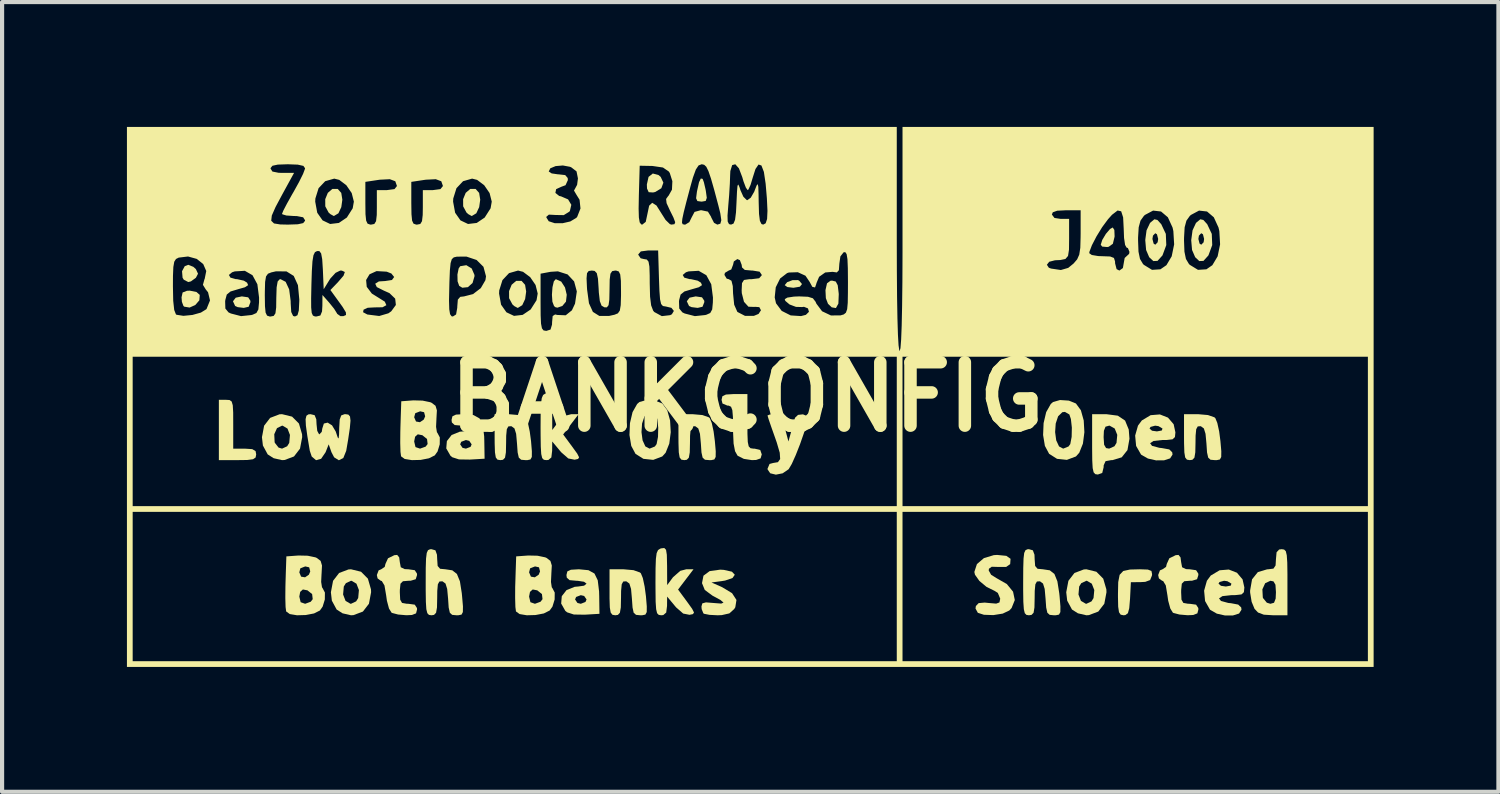
<source format=kicad_pcb>
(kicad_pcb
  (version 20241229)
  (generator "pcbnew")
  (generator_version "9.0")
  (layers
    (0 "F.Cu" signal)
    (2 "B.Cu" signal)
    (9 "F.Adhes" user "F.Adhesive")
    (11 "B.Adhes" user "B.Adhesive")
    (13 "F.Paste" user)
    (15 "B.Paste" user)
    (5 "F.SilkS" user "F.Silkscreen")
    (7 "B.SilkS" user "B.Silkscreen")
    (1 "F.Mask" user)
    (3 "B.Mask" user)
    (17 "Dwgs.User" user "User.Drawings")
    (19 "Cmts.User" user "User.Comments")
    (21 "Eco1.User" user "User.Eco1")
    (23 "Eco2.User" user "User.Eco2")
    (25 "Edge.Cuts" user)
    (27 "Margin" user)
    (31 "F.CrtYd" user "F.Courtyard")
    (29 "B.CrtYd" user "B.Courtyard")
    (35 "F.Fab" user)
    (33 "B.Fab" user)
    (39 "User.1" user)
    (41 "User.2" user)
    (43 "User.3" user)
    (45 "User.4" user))
  (footprint "BANKCONFIG"
    (layer "F.Cu")
    (at 14.909 6.488)
    (property "Reference" "BANKCONFIG" (at 0 0 0) (layer "F.SilkS") (effects (font (size 1.524 1.524) (thickness 0.3))))
    (attr board_only exclude_from_pos_files exclude_from_bom)
    (fp_poly (pts (xy -11.996 -2.394) (xy -11.943 -2.313) (xy -11.941 -2.278) (xy -11.984 -2.167) (xy -12.102 -2.14) (xy -12.247 -2.158) (xy -12.309 -2.186) (xy -12.361 -2.299) (xy -12.295 -2.385) (xy -12.148 -2.416)) (stroke (width 0) (type solid)) (fill yes) (layer "F.SilkS"))
    (fp_poly (pts (xy -1.091 -2.394) (xy -1.037 -2.313) (xy -1.035 -2.278) (xy -1.079 -2.167) (xy -1.196 -2.14) (xy -1.341 -2.158) (xy -1.403 -2.186) (xy -1.456 -2.299) (xy -1.39 -2.385) (xy -1.242 -2.416)) (stroke (width 0) (type solid)) (fill yes) (layer "F.SilkS"))
    (fp_poly (pts (xy 1.242 -2.796) (xy 1.312 -2.713) (xy 1.261 -2.649) (xy 1.104 -2.623) (xy 0.959 -2.641) (xy 0.897 -2.686) (xy 0.897 -2.687) (xy 0.955 -2.758) (xy 1.082 -2.806) (xy 1.211 -2.808)) (stroke (width 0) (type solid)) (fill yes) (layer "F.SilkS"))
    (fp_poly (pts (xy -13.312 -3.126) (xy -13.252 -3.071) (xy -13.201 -2.961) (xy -13.252 -2.864) (xy -13.371 -2.777) (xy -13.435 -2.761) (xy -13.543 -2.817) (xy -13.572 -2.864) (xy -13.585 -3.021) (xy -13.52 -3.142) (xy -13.435 -3.175)) (stroke (width 0) (type solid)) (fill yes) (layer "F.SilkS"))
    (fp_poly (pts (xy -2.134 -5.331) (xy -2.084 -5.288) (xy -2.019 -5.149) (xy -2.068 -5.015) (xy -2.214 -4.925) (xy -2.268 -4.913) (xy -2.372 -4.92) (xy -2.412 -5.007) (xy -2.416 -5.105) (xy -2.375 -5.288) (xy -2.273 -5.369)) (stroke (width 0) (type solid)) (fill yes) (layer "F.SilkS"))
    (fp_poly (pts (xy -13.238 -2.522) (xy -13.159 -2.452) (xy -13.169 -2.322) (xy -13.266 -2.21) (xy -13.403 -2.148) (xy -13.531 -2.169) (xy -13.551 -2.186) (xy -13.588 -2.284) (xy -13.597 -2.393) (xy -13.571 -2.51) (xy -13.466 -2.551) (xy -13.398 -2.554)) (stroke (width 0) (type solid)) (fill yes) (layer "F.SilkS"))
    (fp_poly (pts (xy -6.625 -3.087) (xy -6.559 -2.934) (xy -6.557 -2.902) (xy -6.604 -2.739) (xy -6.716 -2.638) (xy -6.85 -2.624) (xy -6.925 -2.669) (xy -6.964 -2.778) (xy -6.968 -2.941) (xy -6.938 -3.088) (xy -6.902 -3.141) (xy -6.754 -3.166)) (stroke (width 0) (type solid)) (fill yes) (layer "F.SilkS"))
    (fp_poly (pts (xy 8.817 -4.013) (xy 8.823 -3.867) (xy 8.822 -3.848) (xy 8.781 -3.68) (xy 8.682 -3.609) (xy 8.645 -3.602) (xy 8.525 -3.613) (xy 8.49 -3.656) (xy 8.527 -3.774) (xy 8.614 -3.919) (xy 8.714 -4.036) (xy 8.778 -4.072)) (stroke (width 0) (type solid)) (fill yes) (layer "F.SilkS"))
    (fp_poly (pts (xy -9.844 -4.998) (xy -9.759 -4.903) (xy -9.733 -4.74) (xy -9.758 -4.561) (xy -9.827 -4.413) (xy -9.933 -4.349) (xy -9.939 -4.348) (xy -10.018 -4.391) (xy -10.063 -4.431) (xy -10.143 -4.58) (xy -10.144 -4.752) (xy -10.082 -4.904) (xy -9.973 -4.998)) (stroke (width 0) (type solid)) (fill yes) (layer "F.SilkS"))
    (fp_poly (pts (xy -6.531 -4.998) (xy -6.446 -4.903) (xy -6.42 -4.74) (xy -6.445 -4.561) (xy -6.514 -4.413) (xy -6.62 -4.349) (xy -6.626 -4.348) (xy -6.705 -4.391) (xy -6.75 -4.431) (xy -6.83 -4.58) (xy -6.831 -4.752) (xy -6.769 -4.904) (xy -6.66 -4.998)) (stroke (width 0) (type solid)) (fill yes) (layer "F.SilkS"))
    (fp_poly (pts (xy -5.427 -2.789) (xy -5.342 -2.694) (xy -5.316 -2.532) (xy -5.341 -2.352) (xy -5.41 -2.205) (xy -5.515 -2.14) (xy -5.522 -2.14) (xy -5.6 -2.182) (xy -5.646 -2.223) (xy -5.726 -2.372) (xy -5.727 -2.543) (xy -5.665 -2.696) (xy -5.555 -2.79)) (stroke (width 0) (type solid)) (fill yes) (layer "F.SilkS"))
    (fp_poly (pts (xy -4.474 -2.772) (xy -4.383 -2.631) (xy -4.341 -2.455) (xy -4.36 -2.29) (xy -4.448 -2.185) (xy -4.458 -2.182) (xy -4.566 -2.145) (xy -4.618 -2.158) (xy -4.647 -2.186) (xy -4.686 -2.289) (xy -4.697 -2.456) (xy -4.684 -2.636) (xy -4.651 -2.778) (xy -4.604 -2.83)) (stroke (width 0) (type solid)) (fill yes) (layer "F.SilkS"))
    (fp_poly (pts (xy -1.076 -5.24) (xy -1.046 -5.16) (xy -1.008 -4.997) (xy -0.999 -4.952) (xy -0.976 -4.784) (xy -1.002 -4.71) (xy -1.092 -4.694) (xy -1.104 -4.693) (xy -1.202 -4.707) (xy -1.233 -4.774) (xy -1.213 -4.932) (xy -1.209 -4.952) (xy -1.162 -5.161) (xy -1.119 -5.249)) (stroke (width 0) (type solid)) (fill yes) (layer "F.SilkS"))
    (fp_poly (pts (xy 2.123 -2.773) (xy 2.17 -2.684) (xy 2.193 -2.495) (xy 2.195 -2.468) (xy 2.186 -2.243) (xy 2.127 -2.136) (xy 2.026 -2.153) (xy 1.936 -2.239) (xy 1.885 -2.373) (xy 1.876 -2.561) (xy 1.876 -2.567) (xy 1.913 -2.731) (xy 1.996 -2.792) (xy 2.036 -2.795)) (stroke (width 0) (type solid)) (fill yes) (layer "F.SilkS"))
    (fp_poly (pts (xy -12.444 0.074) (xy -12.393 0.109) (xy -12.366 0.199) (xy -12.356 0.374) (xy -12.355 0.656) (xy -12.355 1.242) (xy -12.079 1.242) (xy -11.898 1.254) (xy -11.818 1.301) (xy -11.803 1.38) (xy -11.817 1.455) (xy -11.879 1.497) (xy -12.02 1.515) (xy -12.251 1.518) (xy -12.7 1.518) (xy -12.7 0.069) (xy -12.527 0.069)) (stroke (width 0) (type solid)) (fill yes) (layer "F.SilkS"))
    (fp_poly (pts (xy 9.622 4.148) (xy 9.708 4.181) (xy 9.724 4.258) (xy 9.72 4.293) (xy 9.676 4.4) (xy 9.56 4.443) (xy 9.456 4.449) (xy 9.214 4.452) (xy 9.194 4.849) (xy 9.175 5.076) (xy 9.143 5.196) (xy 9.083 5.241) (xy 9.038 5.246) (xy 8.969 5.232) (xy 8.929 5.173) (xy 8.909 5.04) (xy 8.904 4.804) (xy 8.904 4.735) (xy 8.91 4.449) (xy 8.944 4.274) (xy 9.031 4.182) (xy 9.193 4.147) (xy 9.432 4.141)) (stroke (width 0) (type solid)) (fill yes) (layer "F.SilkS"))
    (fp_poly (pts (xy 9.851 -4.253) (xy 9.944 -4.151) (xy 10.054 -3.918) (xy 10.065 -3.649) (xy 9.975 -3.405) (xy 9.97 -3.397) (xy 9.854 -3.269) (xy 9.754 -3.265) (xy 9.654 -3.358) (xy 9.58 -3.532) (xy 9.56 -3.768) (xy 9.563 -3.796) (xy 9.732 -3.796) (xy 9.761 -3.684) (xy 9.801 -3.658) (xy 9.857 -3.716) (xy 9.87 -3.796) (xy 9.841 -3.908) (xy 9.801 -3.934) (xy 9.745 -3.876) (xy 9.732 -3.796) (xy 9.563 -3.796) (xy 9.591 -4.004) (xy 9.673 -4.178) (xy 9.685 -4.191) (xy 9.779 -4.269)) (stroke (width 0) (type solid)) (fill yes) (layer "F.SilkS"))
    (fp_poly (pts (xy 10.955 -4.253) (xy 11.048 -4.151) (xy 11.158 -3.918) (xy 11.169 -3.649) (xy 11.079 -3.405) (xy 11.074 -3.397) (xy 10.958 -3.269) (xy 10.858 -3.265) (xy 10.759 -3.358) (xy 10.684 -3.532) (xy 10.664 -3.768) (xy 10.668 -3.796) (xy 10.836 -3.796) (xy 10.865 -3.684) (xy 10.905 -3.658) (xy 10.962 -3.716) (xy 10.974 -3.796) (xy 10.946 -3.908) (xy 10.905 -3.934) (xy 10.849 -3.876) (xy 10.836 -3.796) (xy 10.668 -3.796) (xy 10.696 -4.004) (xy 10.777 -4.178) (xy 10.789 -4.191) (xy 10.883 -4.269)) (stroke (width 0) (type solid)) (fill yes) (layer "F.SilkS"))
    (fp_poly (pts (xy -10.941 0.473) (xy -10.776 0.639) (xy -10.701 0.896) (xy -10.698 0.966) (xy -10.75 1.242) (xy -10.895 1.43) (xy -11.12 1.515) (xy -11.182 1.518) (xy -11.384 1.472) (xy -11.527 1.38) (xy -11.642 1.167) (xy -11.665 0.966) (xy -11.651 0.896) (xy -11.369 0.896) (xy -11.36 1.086) (xy -11.354 1.104) (xy -11.265 1.217) (xy -11.182 1.242) (xy -11.059 1.185) (xy -11.009 1.104) (xy -10.992 0.913) (xy -11.051 0.76) (xy -11.168 0.691) (xy -11.182 0.69) (xy -11.303 0.749) (xy -11.369 0.896) (xy -11.651 0.896) (xy -11.613 0.691) (xy -11.468 0.503) (xy -11.243 0.417) (xy -11.182 0.414)) (stroke (width 0) (type solid)) (fill yes) (layer "F.SilkS"))
    (fp_poly (pts (xy -9.284 4.2) (xy -9.119 4.366) (xy -9.045 4.623) (xy -9.042 4.693) (xy -9.094 4.969) (xy -9.239 5.157) (xy -9.464 5.242) (xy -9.525 5.246) (xy -9.728 5.199) (xy -9.87 5.108) (xy -9.985 4.895) (xy -10.002 4.747) (xy -9.715 4.747) (xy -9.656 4.9) (xy -9.539 4.969) (xy -9.525 4.97) (xy -9.402 4.912) (xy -9.352 4.832) (xy -9.335 4.64) (xy -9.394 4.487) (xy -9.511 4.418) (xy -9.525 4.417) (xy -9.648 4.475) (xy -9.698 4.555) (xy -9.715 4.747) (xy -10.002 4.747) (xy -10.008 4.693) (xy -9.956 4.418) (xy -9.811 4.23) (xy -9.586 4.145) (xy -9.525 4.141)) (stroke (width 0) (type solid)) (fill yes) (layer "F.SilkS"))
    (fp_poly (pts (xy 0 0.587) (xy 0.001 0.89) (xy 0.009 1.082) (xy 0.031 1.187) (xy 0.074 1.232) (xy 0.143 1.242) (xy 0.173 1.242) (xy 0.308 1.275) (xy 0.345 1.38) (xy 0.317 1.476) (xy 0.21 1.514) (xy 0.108 1.518) (xy -0.086 1.488) (xy -0.233 1.414) (xy -0.237 1.41) (xy -0.297 1.304) (xy -0.332 1.12) (xy -0.345 0.831) (xy -0.345 0.754) (xy -0.348 0.481) (xy -0.362 0.317) (xy -0.393 0.236) (xy -0.448 0.209) (xy -0.483 0.207) (xy -0.599 0.158) (xy -0.621 0.069) (xy -0.601 -0.017) (xy -0.516 -0.058) (xy -0.333 -0.069) (xy -0.311 -0.069) (xy 0 -0.069)) (stroke (width 0) (type solid)) (fill yes) (layer "F.SilkS"))
    (fp_poly (pts (xy 8.385 4.2) (xy 8.55 4.366) (xy 8.625 4.623) (xy 8.628 4.693) (xy 8.576 4.969) (xy 8.431 5.157) (xy 8.206 5.242) (xy 8.145 5.246) (xy 7.942 5.199) (xy 7.799 5.108) (xy 7.684 4.895) (xy 7.667 4.747) (xy 7.955 4.747) (xy 8.014 4.9) (xy 8.131 4.969) (xy 8.145 4.97) (xy 8.268 4.912) (xy 8.317 4.832) (xy 8.335 4.64) (xy 8.275 4.487) (xy 8.158 4.418) (xy 8.145 4.417) (xy 8.022 4.475) (xy 7.972 4.555) (xy 7.955 4.747) (xy 7.667 4.747) (xy 7.661 4.693) (xy 7.713 4.418) (xy 7.858 4.23) (xy 8.083 4.145) (xy 8.145 4.141)) (stroke (width 0) (type solid)) (fill yes) (layer "F.SilkS"))
    (fp_poly (pts (xy -0.567 4.155) (xy -0.372 4.199) (xy -0.303 4.272) (xy -0.358 4.351) (xy -0.536 4.412) (xy -0.587 4.42) (xy -0.863 4.458) (xy -0.609 4.57) (xy -0.369 4.715) (xy -0.263 4.878) (xy -0.291 5.054) (xy -0.318 5.097) (xy -0.434 5.201) (xy -0.615 5.242) (xy -0.717 5.246) (xy -0.91 5.236) (xy -1.038 5.211) (xy -1.058 5.2) (xy -1.099 5.098) (xy -1.104 5.034) (xy -1.083 4.96) (xy -0.996 4.936) (xy -0.811 4.951) (xy -0.629 4.965) (xy -0.574 4.942) (xy -0.648 4.878) (xy -0.84 4.774) (xy -1.024 4.638) (xy -1.091 4.474) (xy -1.056 4.295) (xy -0.908 4.185) (xy -0.655 4.15)) (stroke (width 0) (type solid)) (fill yes) (layer "F.SilkS"))
    (fp_poly (pts (xy -5.499 0.435) (xy -5.344 0.489) (xy -5.321 0.51) (xy -5.274 0.625) (xy -5.23 0.831) (xy -5.199 1.062) (xy -5.179 1.305) (xy -5.18 1.442) (xy -5.213 1.502) (xy -5.286 1.518) (xy -5.336 1.518) (xy -5.437 1.509) (xy -5.493 1.458) (xy -5.521 1.333) (xy -5.536 1.122) (xy -5.557 0.886) (xy -5.597 0.757) (xy -5.666 0.706) (xy -5.677 0.703) (xy -5.744 0.708) (xy -5.781 0.775) (xy -5.796 0.932) (xy -5.798 1.099) (xy -5.803 1.332) (xy -5.824 1.459) (xy -5.873 1.51) (xy -5.936 1.518) (xy -6.005 1.507) (xy -6.046 1.454) (xy -6.066 1.331) (xy -6.073 1.112) (xy -6.074 0.966) (xy -6.074 0.414) (xy -5.737 0.414)) (stroke (width 0) (type solid)) (fill yes) (layer "F.SilkS"))
    (fp_poly (pts (xy -2.738 4.162) (xy -2.583 4.217) (xy -2.56 4.237) (xy -2.513 4.352) (xy -2.469 4.558) (xy -2.438 4.789) (xy -2.418 5.032) (xy -2.419 5.169) (xy -2.452 5.23) (xy -2.525 5.245) (xy -2.575 5.246) (xy -2.676 5.236) (xy -2.733 5.185) (xy -2.76 5.06) (xy -2.775 4.849) (xy -2.796 4.613) (xy -2.836 4.484) (xy -2.905 4.433) (xy -2.916 4.43) (xy -2.983 4.435) (xy -3.02 4.502) (xy -3.035 4.659) (xy -3.037 4.826) (xy -3.042 5.059) (xy -3.064 5.186) (xy -3.112 5.237) (xy -3.175 5.246) (xy -3.244 5.234) (xy -3.285 5.181) (xy -3.306 5.059) (xy -3.313 4.839) (xy -3.313 4.693) (xy -3.313 4.141) (xy -2.976 4.141)) (stroke (width 0) (type solid)) (fill yes) (layer "F.SilkS"))
    (fp_poly (pts (xy -1.081 0.435) (xy -0.927 0.489) (xy -0.904 0.51) (xy -0.857 0.625) (xy -0.812 0.831) (xy -0.782 1.062) (xy -0.761 1.305) (xy -0.763 1.442) (xy -0.795 1.502) (xy -0.868 1.518) (xy -0.918 1.518) (xy -1.02 1.509) (xy -1.076 1.458) (xy -1.104 1.333) (xy -1.118 1.122) (xy -1.14 0.886) (xy -1.18 0.757) (xy -1.249 0.706) (xy -1.26 0.703) (xy -1.327 0.708) (xy -1.364 0.775) (xy -1.378 0.932) (xy -1.38 1.099) (xy -1.385 1.332) (xy -1.407 1.459) (xy -1.456 1.51) (xy -1.518 1.518) (xy -1.587 1.507) (xy -1.628 1.454) (xy -1.649 1.331) (xy -1.656 1.112) (xy -1.657 0.966) (xy -1.657 0.414) (xy -1.32 0.414)) (stroke (width 0) (type solid)) (fill yes) (layer "F.SilkS"))
    (fp_poly (pts (xy 11.066 0.435) (xy 11.221 0.489) (xy 11.244 0.51) (xy 11.291 0.625) (xy 11.336 0.831) (xy 11.366 1.062) (xy 11.387 1.305) (xy 11.385 1.442) (xy 11.353 1.502) (xy 11.28 1.518) (xy 11.229 1.518) (xy 11.128 1.509) (xy 11.072 1.458) (xy 11.044 1.333) (xy 11.03 1.122) (xy 11.008 0.886) (xy 10.968 0.757) (xy 10.899 0.706) (xy 10.888 0.703) (xy 10.821 0.708) (xy 10.784 0.775) (xy 10.769 0.932) (xy 10.767 1.099) (xy 10.762 1.332) (xy 10.741 1.459) (xy 10.692 1.51) (xy 10.629 1.518) (xy 10.561 1.507) (xy 10.519 1.454) (xy 10.499 1.331) (xy 10.492 1.112) (xy 10.491 0.966) (xy 10.491 0.414) (xy 10.828 0.414)) (stroke (width 0) (type solid)) (fill yes) (layer "F.SilkS"))
    (fp_poly (pts (xy -2.216 0.088) (xy -2.045 0.157) (xy -1.926 0.32) (xy -1.858 0.565) (xy -1.842 0.847) (xy -1.877 1.121) (xy -1.965 1.341) (xy -2.046 1.43) (xy -2.263 1.512) (xy -2.499 1.487) (xy -2.689 1.367) (xy -2.791 1.176) (xy -2.834 0.914) (xy -2.831 0.845) (xy -2.545 0.845) (xy -2.519 1.042) (xy -2.452 1.189) (xy -2.351 1.242) (xy -2.223 1.19) (xy -2.182 1.133) (xy -2.148 0.96) (xy -2.143 0.737) (xy -2.166 0.531) (xy -2.203 0.421) (xy -2.31 0.359) (xy -2.372 0.367) (xy -2.473 0.465) (xy -2.531 0.639) (xy -2.545 0.845) (xy -2.831 0.845) (xy -2.822 0.629) (xy -2.76 0.365) (xy -2.649 0.169) (xy -2.595 0.122) (xy -2.427 0.074)) (stroke (width 0) (type solid)) (fill yes) (layer "F.SilkS"))
    (fp_poly (pts (xy 7.723 0.088) (xy 7.894 0.157) (xy 8.013 0.32) (xy 8.081 0.565) (xy 8.097 0.847) (xy 8.062 1.121) (xy 7.974 1.341) (xy 7.894 1.43) (xy 7.676 1.512) (xy 7.44 1.487) (xy 7.25 1.367) (xy 7.148 1.176) (xy 7.105 0.914) (xy 7.108 0.845) (xy 7.394 0.845) (xy 7.42 1.042) (xy 7.488 1.189) (xy 7.588 1.242) (xy 7.716 1.19) (xy 7.758 1.133) (xy 7.791 0.96) (xy 7.796 0.737) (xy 7.773 0.531) (xy 7.736 0.421) (xy 7.629 0.359) (xy 7.567 0.367) (xy 7.466 0.465) (xy 7.408 0.639) (xy 7.394 0.845) (xy 7.108 0.845) (xy 7.117 0.629) (xy 7.179 0.365) (xy 7.29 0.169) (xy 7.344 0.122) (xy 7.512 0.074)) (stroke (width 0) (type solid)) (fill yes) (layer "F.SilkS"))
    (fp_poly (pts (xy -4.716 -0.055) (xy -4.697 0.067) (xy -4.692 0.294) (xy -4.691 0.334) (xy -4.689 0.794) (xy -4.547 0.604) (xy -4.373 0.451) (xy -4.231 0.414) (xy -4.056 0.414) (xy -4.427 0.901) (xy -4.212 1.192) (xy -4.089 1.362) (xy -4.044 1.451) (xy -4.069 1.49) (xy -4.152 1.508) (xy -4.304 1.478) (xy -4.472 1.331) (xy -4.498 1.301) (xy -4.69 1.07) (xy -4.692 1.294) (xy -4.711 1.454) (xy -4.782 1.514) (xy -4.832 1.518) (xy -4.891 1.51) (xy -4.931 1.469) (xy -4.954 1.372) (xy -4.965 1.195) (xy -4.969 0.915) (xy -4.97 0.733) (xy -4.968 0.392) (xy -4.96 0.165) (xy -4.941 0.027) (xy -4.909 -0.047) (xy -4.857 -0.081) (xy -4.832 -0.089) (xy -4.758 -0.097)) (stroke (width 0) (type solid)) (fill yes) (layer "F.SilkS"))
    (fp_poly (pts (xy 8.9 0.45) (xy 9.075 0.568) (xy 9.163 0.783) (xy 9.18 1.005) (xy 9.132 1.277) (xy 8.994 1.451) (xy 8.771 1.518) (xy 8.743 1.518) (xy 8.606 1.543) (xy 8.561 1.642) (xy 8.559 1.691) (xy 8.526 1.826) (xy 8.421 1.864) (xy 8.359 1.855) (xy 8.319 1.811) (xy 8.296 1.709) (xy 8.286 1.523) (xy 8.283 1.23) (xy 8.283 1.139) (xy 8.283 0.966) (xy 8.559 0.966) (xy 8.571 1.148) (xy 8.618 1.228) (xy 8.692 1.242) (xy 8.819 1.185) (xy 8.869 1.104) (xy 8.887 0.911) (xy 8.826 0.759) (xy 8.705 0.691) (xy 8.692 0.69) (xy 8.604 0.715) (xy 8.566 0.813) (xy 8.559 0.966) (xy 8.283 0.966) (xy 8.283 0.414) (xy 8.624 0.414)) (stroke (width 0) (type solid)) (fill yes) (layer "F.SilkS"))
    (fp_poly (pts (xy -1.955 3.673) (xy -1.936 3.794) (xy -1.931 4.021) (xy -1.93 4.061) (xy -1.928 4.521) (xy -1.787 4.331) (xy -1.612 4.178) (xy -1.47 4.141) (xy -1.295 4.141) (xy -1.481 4.385) (xy -1.666 4.628) (xy -1.451 4.919) (xy -1.329 5.089) (xy -1.283 5.179) (xy -1.308 5.218) (xy -1.391 5.235) (xy -1.543 5.205) (xy -1.711 5.058) (xy -1.737 5.028) (xy -1.929 4.797) (xy -1.931 5.021) (xy -1.951 5.181) (xy -2.021 5.241) (xy -2.071 5.246) (xy -2.13 5.237) (xy -2.17 5.196) (xy -2.193 5.099) (xy -2.205 4.922) (xy -2.208 4.642) (xy -2.209 4.46) (xy -2.207 4.119) (xy -2.199 3.892) (xy -2.181 3.754) (xy -2.148 3.68) (xy -2.096 3.646) (xy -2.071 3.638) (xy -1.997 3.63)) (stroke (width 0) (type solid)) (fill yes) (layer "F.SilkS"))
    (fp_poly (pts (xy -6.58 0.436) (xy -6.436 0.516) (xy -6.357 0.679) (xy -6.325 0.947) (xy -6.322 1.055) (xy -6.315 1.484) (xy -6.67 1.505) (xy -6.93 1.501) (xy -7.091 1.449) (xy -7.135 1.413) (xy -7.236 1.237) (xy -7.228 1.139) (xy -6.902 1.139) (xy -6.845 1.223) (xy -6.764 1.242) (xy -6.652 1.199) (xy -6.626 1.139) (xy -6.684 1.055) (xy -6.764 1.035) (xy -6.877 1.078) (xy -6.902 1.139) (xy -7.228 1.139) (xy -7.221 1.06) (xy -7.107 0.914) (xy -6.911 0.835) (xy -6.828 0.828) (xy -6.685 0.808) (xy -6.626 0.759) (xy -6.687 0.714) (xy -6.836 0.691) (xy -6.868 0.69) (xy -7.034 0.675) (xy -7.101 0.614) (xy -7.109 0.552) (xy -7.088 0.465) (xy -7.002 0.424) (xy -6.815 0.414) (xy -6.807 0.414)) (stroke (width 0) (type solid)) (fill yes) (layer "F.SilkS"))
    (fp_poly (pts (xy -3.819 4.163) (xy -3.675 4.243) (xy -3.596 4.406) (xy -3.564 4.674) (xy -3.561 4.783) (xy -3.555 5.211) (xy -3.909 5.232) (xy -4.169 5.228) (xy -4.33 5.176) (xy -4.375 5.141) (xy -4.475 4.964) (xy -4.467 4.866) (xy -4.141 4.866) (xy -4.084 4.95) (xy -4.003 4.97) (xy -3.891 4.926) (xy -3.865 4.866) (xy -3.923 4.782) (xy -4.003 4.763) (xy -4.116 4.806) (xy -4.141 4.866) (xy -4.467 4.866) (xy -4.46 4.787) (xy -4.346 4.641) (xy -4.15 4.562) (xy -4.067 4.555) (xy -3.924 4.535) (xy -3.865 4.486) (xy -3.926 4.441) (xy -4.075 4.418) (xy -4.107 4.417) (xy -4.273 4.402) (xy -4.34 4.342) (xy -4.348 4.279) (xy -4.327 4.192) (xy -4.241 4.152) (xy -4.054 4.141) (xy -4.046 4.141)) (stroke (width 0) (type solid)) (fill yes) (layer "F.SilkS"))
    (fp_poly (pts (xy 0.754 0.436) (xy 0.827 0.524) (xy 0.891 0.711) (xy 0.899 0.742) (xy 0.986 1.07) (xy 1.053 0.828) (xy 1.104 0.643) (xy 1.141 0.51) (xy 1.144 0.5) (xy 1.217 0.431) (xy 1.335 0.418) (xy 1.431 0.458) (xy 1.449 0.506) (xy 1.424 0.649) (xy 1.356 0.873) (xy 1.264 1.137) (xy 1.162 1.396) (xy 1.066 1.61) (xy 0.992 1.735) (xy 0.99 1.737) (xy 0.847 1.835) (xy 0.684 1.867) (xy 0.548 1.834) (xy 0.484 1.739) (xy 0.483 1.726) (xy 0.532 1.61) (xy 0.617 1.587) (xy 0.734 1.567) (xy 0.787 1.491) (xy 0.777 1.34) (xy 0.705 1.094) (xy 0.659 0.963) (xy 0.575 0.725) (xy 0.512 0.542) (xy 0.484 0.449) (xy 0.483 0.445) (xy 0.542 0.421) (xy 0.648 0.414)) (stroke (width 0) (type solid)) (fill yes) (layer "F.SilkS"))
    (fp_poly (pts (xy 10.106 0.497) (xy 10.242 0.656) (xy 10.284 0.851) (xy 10.273 0.964) (xy 10.216 1.018) (xy 10.074 1.034) (xy 9.968 1.035) (xy 9.758 1.058) (xy 9.676 1.112) (xy 9.722 1.175) (xy 9.898 1.222) (xy 9.962 1.229) (xy 10.137 1.261) (xy 10.208 1.331) (xy 10.215 1.385) (xy 10.157 1.476) (xy 10.011 1.523) (xy 9.819 1.524) (xy 9.624 1.48) (xy 9.467 1.391) (xy 9.456 1.38) (xy 9.34 1.177) (xy 9.317 0.928) (xy 9.365 0.759) (xy 9.663 0.759) (xy 9.722 0.811) (xy 9.84 0.828) (xy 9.957 0.806) (xy 9.974 0.759) (xy 9.876 0.701) (xy 9.797 0.69) (xy 9.687 0.72) (xy 9.663 0.759) (xy 9.365 0.759) (xy 9.385 0.689) (xy 9.478 0.564) (xy 9.689 0.438) (xy 9.911 0.42)) (stroke (width 0) (type solid)) (fill yes) (layer "F.SilkS"))
    (fp_poly (pts (xy 11.763 4.224) (xy 11.898 4.384) (xy 11.941 4.578) (xy 11.93 4.691) (xy 11.872 4.745) (xy 11.731 4.761) (xy 11.624 4.763) (xy 11.414 4.786) (xy 11.332 4.84) (xy 11.379 4.902) (xy 11.555 4.95) (xy 11.618 4.956) (xy 11.793 4.989) (xy 11.865 5.058) (xy 11.872 5.112) (xy 11.814 5.204) (xy 11.668 5.25) (xy 11.476 5.251) (xy 11.28 5.207) (xy 11.124 5.118) (xy 11.113 5.108) (xy 10.997 4.904) (xy 10.974 4.655) (xy 11.021 4.486) (xy 11.32 4.486) (xy 11.379 4.538) (xy 11.496 4.555) (xy 11.614 4.534) (xy 11.63 4.486) (xy 11.533 4.428) (xy 11.454 4.417) (xy 11.344 4.447) (xy 11.32 4.486) (xy 11.021 4.486) (xy 11.041 4.416) (xy 11.134 4.291) (xy 11.346 4.165) (xy 11.567 4.147)) (stroke (width 0) (type solid)) (fill yes) (layer "F.SilkS"))
    (fp_poly (pts (xy 6.222 3.818) (xy 6.323 3.889) (xy 6.314 4.017) (xy 6.314 4.017) (xy 6.218 4.084) (xy 6.037 4.085) (xy 5.871 4.08) (xy 5.804 4.127) (xy 5.798 4.17) (xy 5.856 4.273) (xy 5.988 4.355) (xy 6.234 4.496) (xy 6.383 4.679) (xy 6.425 4.88) (xy 6.348 5.072) (xy 6.293 5.131) (xy 6.135 5.206) (xy 5.909 5.242) (xy 5.683 5.234) (xy 5.537 5.187) (xy 5.481 5.084) (xy 5.49 5.023) (xy 5.556 4.954) (xy 5.701 4.941) (xy 5.802 4.951) (xy 5.978 4.966) (xy 6.056 4.938) (xy 6.074 4.851) (xy 6.074 4.845) (xy 6.017 4.709) (xy 5.942 4.661) (xy 5.746 4.564) (xy 5.574 4.421) (xy 5.468 4.271) (xy 5.453 4.205) (xy 5.515 4.016) (xy 5.682 3.873) (xy 5.92 3.801) (xy 6.001 3.796)) (stroke (width 0) (type solid)) (fill yes) (layer "F.SilkS"))
    (fp_poly (pts (xy 12.897 3.667) (xy 12.937 3.707) (xy 12.96 3.804) (xy 12.972 3.98) (xy 12.976 4.258) (xy 12.976 4.452) (xy 12.976 5.246) (xy 12.635 5.246) (xy 12.408 5.232) (xy 12.27 5.18) (xy 12.186 5.092) (xy 12.116 4.923) (xy 12.08 4.702) (xy 12.079 4.654) (xy 12.084 4.623) (xy 12.374 4.623) (xy 12.384 4.815) (xy 12.389 4.832) (xy 12.481 4.944) (xy 12.567 4.97) (xy 12.654 4.945) (xy 12.693 4.846) (xy 12.7 4.693) (xy 12.688 4.512) (xy 12.641 4.432) (xy 12.567 4.417) (xy 12.441 4.476) (xy 12.374 4.623) (xy 12.084 4.623) (xy 12.126 4.382) (xy 12.265 4.209) (xy 12.488 4.142) (xy 12.516 4.141) (xy 12.64 4.125) (xy 12.691 4.049) (xy 12.7 3.9) (xy 12.715 3.733) (xy 12.776 3.666) (xy 12.838 3.658)) (stroke (width 0) (type solid)) (fill yes) (layer "F.SilkS"))
    (fp_poly (pts (xy -9.588 0.424) (xy -9.549 0.469) (xy -9.537 0.57) (xy -9.553 0.749) (xy -9.594 1.026) (xy -9.64 1.294) (xy -9.71 1.468) (xy -9.817 1.521) (xy -9.93 1.451) (xy -9.994 1.329) (xy -10.061 1.139) (xy -10.136 1.329) (xy -10.243 1.486) (xy -10.365 1.52) (xy -10.469 1.431) (xy -10.515 1.294) (xy -10.575 0.934) (xy -10.609 0.687) (xy -10.616 0.534) (xy -10.596 0.451) (xy -10.549 0.419) (xy -10.499 0.414) (xy -10.399 0.438) (xy -10.359 0.537) (xy -10.353 0.656) (xy -10.336 0.815) (xy -10.293 0.895) (xy -10.284 0.897) (xy -10.228 0.839) (xy -10.215 0.759) (xy -10.177 0.639) (xy -10.087 0.617) (xy -9.981 0.682) (xy -9.894 0.827) (xy -9.887 0.846) (xy -9.844 0.975) (xy -9.822 0.998) (xy -9.812 0.903) (xy -9.808 0.742) (xy -9.796 0.542) (xy -9.76 0.444) (xy -9.683 0.415) (xy -9.655 0.414)) (stroke (width 0) (type solid)) (fill yes) (layer "F.SilkS"))
    (fp_poly (pts (xy -8.367 3.855) (xy -8.352 3.969) (xy -8.329 4.092) (xy -8.235 4.137) (xy -8.145 4.141) (xy -7.993 4.163) (xy -7.94 4.244) (xy -7.938 4.279) (xy -7.97 4.38) (xy -8.091 4.416) (xy -8.145 4.417) (xy -8.277 4.428) (xy -8.336 4.487) (xy -8.351 4.634) (xy -8.352 4.693) (xy -8.343 4.871) (xy -8.299 4.949) (xy -8.189 4.969) (xy -8.145 4.97) (xy -7.993 4.991) (xy -7.94 5.072) (xy -7.938 5.108) (xy -7.962 5.2) (xy -8.061 5.239) (xy -8.196 5.245) (xy -8.393 5.228) (xy -8.538 5.19) (xy -8.551 5.183) (xy -8.612 5.084) (xy -8.662 4.897) (xy -8.68 4.77) (xy -8.721 4.529) (xy -8.785 4.423) (xy -8.809 4.417) (xy -8.886 4.36) (xy -8.904 4.279) (xy -8.861 4.167) (xy -8.8 4.141) (xy -8.715 4.084) (xy -8.697 4.011) (xy -8.636 3.877) (xy -8.483 3.802) (xy -8.415 3.796)) (stroke (width 0) (type solid)) (fill yes) (layer "F.SilkS"))
    (fp_poly (pts (xy 10.407 3.855) (xy 10.422 3.969) (xy 10.445 4.092) (xy 10.539 4.137) (xy 10.629 4.141) (xy 10.781 4.163) (xy 10.834 4.244) (xy 10.836 4.279) (xy 10.804 4.38) (xy 10.683 4.416) (xy 10.629 4.417) (xy 10.497 4.428) (xy 10.438 4.487) (xy 10.423 4.634) (xy 10.422 4.693) (xy 10.43 4.871) (xy 10.475 4.949) (xy 10.585 4.969) (xy 10.629 4.97) (xy 10.781 4.991) (xy 10.834 5.072) (xy 10.836 5.108) (xy 10.812 5.2) (xy 10.713 5.239) (xy 10.578 5.245) (xy 10.381 5.228) (xy 10.236 5.19) (xy 10.223 5.183) (xy 10.162 5.084) (xy 10.111 4.897) (xy 10.093 4.77) (xy 10.053 4.529) (xy 9.989 4.423) (xy 9.965 4.417) (xy 9.888 4.36) (xy 9.87 4.279) (xy 9.913 4.167) (xy 9.974 4.141) (xy 10.059 4.084) (xy 10.077 4.011) (xy 10.138 3.877) (xy 10.291 3.802) (xy 10.359 3.796)) (stroke (width 0) (type solid)) (fill yes) (layer "F.SilkS"))
    (fp_poly (pts (xy -7.497 3.685) (xy -7.459 3.791) (xy -7.454 3.9) (xy -7.443 4.062) (xy -7.384 4.129) (xy -7.256 4.141) (xy -7.091 4.166) (xy -6.98 4.254) (xy -6.908 4.43) (xy -6.863 4.715) (xy -6.856 4.789) (xy -6.835 5.032) (xy -6.837 5.169) (xy -6.869 5.23) (xy -6.942 5.245) (xy -6.992 5.246) (xy -7.094 5.236) (xy -7.15 5.185) (xy -7.178 5.06) (xy -7.192 4.849) (xy -7.214 4.613) (xy -7.254 4.484) (xy -7.323 4.433) (xy -7.334 4.43) (xy -7.401 4.435) (xy -7.438 4.502) (xy -7.452 4.659) (xy -7.454 4.826) (xy -7.459 5.059) (xy -7.481 5.186) (xy -7.53 5.237) (xy -7.592 5.246) (xy -7.652 5.237) (xy -7.691 5.196) (xy -7.715 5.1) (xy -7.726 4.924) (xy -7.73 4.646) (xy -7.73 4.452) (xy -7.729 4.111) (xy -7.722 3.884) (xy -7.705 3.749) (xy -7.675 3.682) (xy -7.626 3.66) (xy -7.592 3.658)) (stroke (width 0) (type solid)) (fill yes) (layer "F.SilkS"))
    (fp_poly (pts (xy 6.859 3.685) (xy 6.898 3.791) (xy 6.902 3.9) (xy 6.914 4.062) (xy 6.972 4.129) (xy 7.101 4.141) (xy 7.266 4.166) (xy 7.377 4.254) (xy 7.448 4.43) (xy 7.493 4.715) (xy 7.501 4.789) (xy 7.521 5.032) (xy 7.52 5.169) (xy 7.487 5.23) (xy 7.414 5.245) (xy 7.364 5.246) (xy 7.263 5.236) (xy 7.207 5.185) (xy 7.179 5.06) (xy 7.164 4.849) (xy 7.143 4.613) (xy 7.103 4.484) (xy 7.034 4.433) (xy 7.023 4.43) (xy 6.956 4.435) (xy 6.919 4.502) (xy 6.904 4.659) (xy 6.902 4.826) (xy 6.897 5.059) (xy 6.876 5.186) (xy 6.827 5.237) (xy 6.764 5.246) (xy 6.705 5.237) (xy 6.665 5.196) (xy 6.642 5.1) (xy 6.63 4.924) (xy 6.626 4.646) (xy 6.626 4.452) (xy 6.628 4.111) (xy 6.635 3.884) (xy 6.651 3.749) (xy 6.682 3.682) (xy 6.73 3.66) (xy 6.764 3.658)) (stroke (width 0) (type solid)) (fill yes) (layer "F.SilkS"))
    (fp_poly (pts (xy -10.566 3.815) (xy -10.38 3.854) (xy -10.348 3.868) (xy -10.255 3.939) (xy -10.222 4.05) (xy -10.232 4.246) (xy -10.233 4.253) (xy -10.242 4.445) (xy -10.222 4.573) (xy -10.207 4.595) (xy -10.152 4.7) (xy -10.154 4.867) (xy -10.206 5.037) (xy -10.272 5.131) (xy -10.413 5.202) (xy -10.612 5.24) (xy -10.823 5.246) (xy -10.996 5.217) (xy -11.083 5.154) (xy -11.097 5.047) (xy -11.103 4.839) (xy -11.103 4.797) (xy -10.767 4.797) (xy -10.735 4.932) (xy -10.627 4.97) (xy -10.493 4.921) (xy -10.445 4.859) (xy -10.459 4.737) (xy -10.571 4.647) (xy -10.681 4.626) (xy -10.746 4.684) (xy -10.767 4.797) (xy -11.103 4.797) (xy -11.101 4.568) (xy -11.098 4.446) (xy -11.091 4.215) (xy -10.767 4.215) (xy -10.724 4.318) (xy -10.629 4.334) (xy -10.537 4.271) (xy -10.504 4.192) (xy -10.53 4.094) (xy -10.624 4.072) (xy -10.742 4.118) (xy -10.767 4.215) (xy -11.091 4.215) (xy -11.078 3.831) (xy -10.787 3.81)) (stroke (width 0) (type solid)) (fill yes) (layer "F.SilkS"))
    (fp_poly (pts (xy -7.805 0.088) (xy -7.619 0.127) (xy -7.587 0.141) (xy -7.494 0.212) (xy -7.461 0.322) (xy -7.472 0.519) (xy -7.472 0.526) (xy -7.481 0.718) (xy -7.461 0.846) (xy -7.446 0.868) (xy -7.391 0.972) (xy -7.393 1.139) (xy -7.445 1.31) (xy -7.512 1.404) (xy -7.652 1.474) (xy -7.852 1.513) (xy -8.062 1.518) (xy -8.235 1.49) (xy -8.322 1.427) (xy -8.336 1.32) (xy -8.342 1.112) (xy -8.342 1.07) (xy -8.007 1.07) (xy -7.975 1.205) (xy -7.866 1.242) (xy -7.732 1.194) (xy -7.684 1.132) (xy -7.698 1.01) (xy -7.81 0.92) (xy -7.92 0.898) (xy -7.985 0.956) (xy -8.007 1.07) (xy -8.342 1.07) (xy -8.34 0.841) (xy -8.337 0.719) (xy -8.33 0.488) (xy -8.007 0.488) (xy -7.963 0.59) (xy -7.869 0.607) (xy -7.776 0.543) (xy -7.743 0.465) (xy -7.769 0.367) (xy -7.863 0.345) (xy -7.981 0.391) (xy -8.007 0.488) (xy -8.33 0.488) (xy -8.317 0.104) (xy -8.026 0.082)) (stroke (width 0) (type solid)) (fill yes) (layer "F.SilkS"))
    (fp_poly (pts (xy -5.044 3.815) (xy -4.858 3.854) (xy -4.826 3.868) (xy -4.734 3.939) (xy -4.7 4.05) (xy -4.711 4.246) (xy -4.711 4.253) (xy -4.72 4.445) (xy -4.701 4.573) (xy -4.685 4.595) (xy -4.63 4.7) (xy -4.632 4.867) (xy -4.684 5.037) (xy -4.751 5.131) (xy -4.891 5.202) (xy -5.091 5.24) (xy -5.301 5.246) (xy -5.474 5.217) (xy -5.561 5.154) (xy -5.575 5.047) (xy -5.581 4.839) (xy -5.581 4.797) (xy -5.246 4.797) (xy -5.214 4.932) (xy -5.105 4.97) (xy -4.971 4.921) (xy -4.923 4.859) (xy -4.937 4.737) (xy -5.049 4.647) (xy -5.159 4.626) (xy -5.224 4.684) (xy -5.246 4.797) (xy -5.581 4.797) (xy -5.58 4.568) (xy -5.576 4.446) (xy -5.569 4.215) (xy -5.246 4.215) (xy -5.202 4.318) (xy -5.108 4.334) (xy -5.015 4.271) (xy -4.983 4.192) (xy -5.008 4.094) (xy -5.103 4.072) (xy -5.221 4.118) (xy -5.246 4.215) (xy -5.569 4.215) (xy -5.556 3.831) (xy -5.266 3.81)) (stroke (width 0) (type solid)) (fill yes) (layer "F.SilkS"))
    (fp_poly (pts (xy 3.589 -3.796) (xy 3.591 -3.036) (xy 3.596 -2.398) (xy 3.605 -1.883) (xy 3.617 -1.496) (xy 3.632 -1.239) (xy 3.65 -1.116) (xy 3.658 -1.104) (xy 3.678 -1.173) (xy 3.694 -1.376) (xy 3.707 -1.711) (xy 3.717 -2.175) (xy 3.724 -2.764) (xy 3.726 -3.176) (xy 7.196 -3.176) (xy 7.243 -3.105) (xy 7.295 -3.085) (xy 7.532 -3.05) (xy 7.708 -3.101) (xy 7.837 -3.206) (xy 7.923 -3.306) (xy 7.974 -3.42) (xy 7.979 -3.454) (xy 8.214 -3.454) (xy 8.275 -3.411) (xy 8.431 -3.385) (xy 8.524 -3.382) (xy 8.716 -3.375) (xy 8.807 -3.34) (xy 8.834 -3.256) (xy 8.835 -3.21) (xy 8.871 -3.071) (xy 8.938 -3.037) (xy 9.022 -3.097) (xy 9.042 -3.21) (xy 9.065 -3.339) (xy 9.111 -3.382) (xy 9.172 -3.438) (xy 9.18 -3.486) (xy 9.143 -3.577) (xy 9.111 -3.589) (xy 9.075 -3.653) (xy 9.059 -3.762) (xy 9.387 -3.762) (xy 9.397 -3.491) (xy 9.433 -3.316) (xy 9.504 -3.197) (xy 9.525 -3.175) (xy 9.722 -3.054) (xy 9.924 -3.067) (xy 10.068 -3.166) (xy 10.195 -3.379) (xy 10.254 -3.667) (xy 10.248 -3.762) (xy 10.491 -3.762) (xy 10.501 -3.491) (xy 10.537 -3.316) (xy 10.608 -3.197) (xy 10.629 -3.175) (xy 10.827 -3.054) (xy 11.029 -3.067) (xy 11.172 -3.166) (xy 11.299 -3.379) (xy 11.358 -3.667) (xy 11.34 -3.984) (xy 11.32 -4.07) (xy 11.207 -4.317) (xy 11.044 -4.456) (xy 10.852 -4.478) (xy 10.656 -4.373) (xy 10.629 -4.348) (xy 10.549 -4.236) (xy 10.506 -4.077) (xy 10.492 -3.83) (xy 10.491 -3.762) (xy 10.248 -3.762) (xy 10.235 -3.984) (xy 10.216 -4.07) (xy 10.103 -4.317) (xy 9.939 -4.456) (xy 9.748 -4.478) (xy 9.551 -4.373) (xy 9.525 -4.348) (xy 9.445 -4.236) (xy 9.402 -4.077) (xy 9.387 -3.83) (xy 9.387 -3.762) (xy 9.059 -3.762) (xy 9.05 -3.82) (xy 9.042 -4.038) (xy 9.028 -4.315) (xy 8.981 -4.461) (xy 8.895 -4.48) (xy 8.761 -4.377) (xy 8.665 -4.27) (xy 8.525 -4.081) (xy 8.388 -3.858) (xy 8.278 -3.646) (xy 8.218 -3.488) (xy 8.214 -3.454) (xy 7.979 -3.454) (xy 7.999 -3.584) (xy 8.006 -3.837) (xy 8.007 -3.931) (xy 8.007 -4.486) (xy 7.661 -4.486) (xy 7.444 -4.475) (xy 7.338 -4.437) (xy 7.316 -4.383) (xy 7.378 -4.301) (xy 7.523 -4.279) (xy 7.73 -4.279) (xy 7.73 -3.796) (xy 7.727 -3.538) (xy 7.704 -3.388) (xy 7.641 -3.315) (xy 7.518 -3.29) (xy 7.391 -3.284) (xy 7.251 -3.248) (xy 7.196 -3.176) (xy 3.726 -3.176) (xy 3.727 -3.475) (xy 3.727 -3.796) (xy 3.727 -6.488) (xy 15.047 -6.488) (xy 15.047 6.488) (xy -14.909 6.488) (xy -14.909 6.35) (xy -14.771 6.35) (xy 3.589 6.35) (xy 3.727 6.35) (xy 14.909 6.35) (xy 14.909 2.761) (xy 3.727 2.761) (xy 3.727 6.35) (xy 3.589 6.35) (xy 3.589 2.761) (xy -14.771 2.761) (xy -14.771 6.35) (xy -14.909 6.35) (xy -14.909 2.623) (xy -14.771 2.623) (xy 3.589 2.623) (xy 3.727 2.623) (xy 14.909 2.623) (xy 14.909 -0.966) (xy 3.727 -0.966) (xy 3.727 2.623) (xy 3.589 2.623) (xy 3.589 -0.966) (xy -14.771 -0.966) (xy -14.771 2.623) (xy -14.909 2.623) (xy -14.909 -2.658) (xy -13.804 -2.658) (xy -13.797 -2.311) (xy -13.773 -2.09) (xy -13.732 -1.985) (xy -13.718 -1.975) (xy -13.552 -1.949) (xy -13.336 -1.97) (xy -13.132 -2.027) (xy -13.001 -2.108) (xy -12.996 -2.114) (xy -12.923 -2.294) (xy -12.549 -2.294) (xy -12.544 -2.124) (xy -12.468 -2.032) (xy -12.411 -2.005) (xy -12.167 -1.942) (xy -11.92 -1.968) (xy -11.889 -1.976) (xy -11.798 -2.017) (xy -11.751 -2.103) (xy -11.735 -2.27) (xy -11.734 -2.389) (xy -11.741 -2.442) (xy -11.596 -2.442) (xy -11.592 -2.18) (xy -11.577 -2.027) (xy -11.542 -1.954) (xy -11.479 -1.933) (xy -11.458 -1.933) (xy -11.383 -1.947) (xy -11.341 -2.009) (xy -11.323 -2.15) (xy -11.32 -2.381) (xy -11.312 -2.634) (xy -11.287 -2.775) (xy -11.238 -2.828) (xy -11.218 -2.83) (xy -11.095 -2.766) (xy -11.011 -2.585) (xy -10.975 -2.306) (xy -10.974 -2.248) (xy -10.961 -2.041) (xy -10.916 -1.946) (xy -10.871 -1.933) (xy -10.811 -1.964) (xy -10.779 -2.077) (xy -10.768 -2.297) (xy -10.767 -2.347) (xy -10.77 -2.372) (xy -10.483 -2.372) (xy -10.482 -2.15) (xy -10.469 -2.019) (xy -10.44 -1.955) (xy -10.391 -1.934) (xy -10.356 -1.933) (xy -10.261 -1.957) (xy -10.221 -2.055) (xy -10.213 -2.191) (xy -10.211 -2.45) (xy -10.048 -2.265) (xy -9.93 -2.118) (xy -9.861 -2.007) (xy -9.858 -1.998) (xy -9.778 -1.941) (xy -9.707 -1.942) (xy -9.645 -1.969) (xy -9.648 -2.033) (xy -9.65 -2.036) (xy -9.235 -2.036) (xy -9.134 -1.982) (xy -9.132 -1.981) (xy -8.847 -1.945) (xy -8.626 -2.01) (xy -8.558 -2.058) (xy -8.447 -2.21) (xy -8.458 -2.316) (xy -7.17 -2.316) (xy -7.164 -2.107) (xy -7.145 -1.989) (xy -7.109 -1.939) (xy -7.077 -1.933) (xy -7 -1.982) (xy -6.972 -2.142) (xy -6.971 -2.174) (xy -6.958 -2.338) (xy -6.9 -2.405) (xy -6.808 -2.416) (xy -6.591 -2.472) (xy -6.575 -2.485) (xy -5.967 -2.485) (xy -5.919 -2.217) (xy -5.79 -2.034) (xy -5.608 -1.948) (xy -5.4 -1.972) (xy -5.208 -2.102) (xy -5.098 -2.275) (xy -4.97 -2.275) (xy -4.968 -1.961) (xy -4.959 -1.761) (xy -4.937 -1.649) (xy -4.899 -1.599) (xy -4.838 -1.588) (xy -4.832 -1.587) (xy -4.731 -1.619) (xy -4.695 -1.738) (xy -4.693 -1.799) (xy -4.679 -1.944) (xy -4.621 -1.982) (xy -4.565 -1.97) (xy -4.366 -1.962) (xy -4.217 -2.082) (xy -4.142 -2.242) (xy -4.099 -2.535) (xy -4.164 -2.776) (xy -4.233 -2.85) (xy -3.865 -2.85) (xy -3.855 -2.623) (xy -3.852 -2.58) (xy -3.807 -2.251) (xy -3.713 -2.044) (xy -3.557 -1.946) (xy -3.327 -1.946) (xy -3.192 -1.976) (xy -3.112 -2.009) (xy -3.066 -2.075) (xy -3.044 -2.205) (xy -3.037 -2.432) (xy -3.037 -2.527) (xy -3.04 -2.79) (xy -3.056 -2.943) (xy -3.091 -3.015) (xy -3.153 -3.036) (xy -3.175 -3.037) (xy -3.249 -3.023) (xy -3.291 -2.961) (xy -3.309 -2.821) (xy -3.313 -2.583) (xy -3.318 -2.339) (xy -3.336 -2.205) (xy -3.377 -2.153) (xy -3.434 -2.153) (xy -3.504 -2.193) (xy -3.546 -2.302) (xy -3.57 -2.51) (xy -3.575 -2.606) (xy -3.591 -2.843) (xy -3.619 -2.974) (xy -3.671 -3.028) (xy -3.739 -3.037) (xy -3.814 -3.026) (xy -3.854 -2.974) (xy -3.865 -2.85) (xy -4.233 -2.85) (xy -4.321 -2.944) (xy -4.554 -3.018) (xy -4.728 -3.007) (xy -4.97 -2.962) (xy -4.97 -2.275) (xy -5.098 -2.275) (xy -5.067 -2.324) (xy -5.039 -2.485) (xy -5.09 -2.69) (xy -5.22 -2.879) (xy -5.391 -3.007) (xy -5.511 -3.037) (xy -5.728 -2.975) (xy -5.886 -2.807) (xy -5.963 -2.561) (xy -5.967 -2.485) (xy -6.575 -2.485) (xy -6.406 -2.615) (xy -6.295 -2.806) (xy -6.281 -2.899) (xy -6.342 -3.127) (xy -6.507 -3.291) (xy -6.752 -3.373) (xy -6.981 -3.371) (xy -7.055 -3.354) (xy -7.103 -3.31) (xy -7.132 -3.215) (xy -7.149 -3.043) (xy -7.16 -2.767) (xy -7.163 -2.64) (xy -7.17 -2.316) (xy -8.458 -2.316) (xy -8.464 -2.363) (xy -8.601 -2.495) (xy -8.738 -2.556) (xy -8.905 -2.64) (xy -8.943 -2.721) (xy -8.855 -2.776) (xy -8.707 -2.785) (xy -8.541 -2.81) (xy -8.488 -2.882) (xy -8.555 -2.966) (xy -8.667 -3.01) (xy -8.911 -3.024) (xy -9.08 -2.947) (xy -9.162 -2.81) (xy -9.147 -2.646) (xy -9.024 -2.484) (xy -8.884 -2.397) (xy -8.713 -2.29) (xy -8.675 -2.205) (xy -8.767 -2.155) (xy -8.956 -2.152) (xy -9.123 -2.143) (xy -9.223 -2.097) (xy -9.235 -2.036) (xy -9.65 -2.036) (xy -9.726 -2.162) (xy -9.802 -2.268) (xy -10.02 -2.569) (xy -9.841 -2.755) (xy -9.705 -2.913) (xy -9.673 -3.002) (xy -9.743 -3.035) (xy -9.784 -3.037) (xy -9.896 -2.982) (xy -10.02 -2.847) (xy -10.043 -2.812) (xy -10.181 -2.588) (xy -10.201 -3.059) (xy -10.217 -3.31) (xy -10.237 -3.417) (xy -2.623 -3.417) (xy -2.565 -3.332) (xy -2.485 -3.313) (xy -2.417 -3.302) (xy -2.376 -3.251) (xy -2.355 -3.133) (xy -2.348 -2.92) (xy -2.347 -2.731) (xy -2.339 -2.41) (xy -2.313 -2.2) (xy -2.265 -2.074) (xy -2.238 -2.041) (xy -2.056 -1.942) (xy -1.857 -1.965) (xy -1.815 -1.987) (xy -1.767 -2.067) (xy -1.826 -2.141) (xy -1.963 -2.174) (xy -1.967 -2.174) (xy -2.031 -2.185) (xy -2.073 -2.233) (xy -2.087 -2.294) (xy -1.644 -2.294) (xy -1.638 -2.124) (xy -1.562 -2.032) (xy -1.506 -2.005) (xy -1.262 -1.942) (xy -1.015 -1.968) (xy -0.984 -1.976) (xy -0.893 -2.017) (xy -0.846 -2.103) (xy -0.83 -2.27) (xy -0.828 -2.389) (xy -0.869 -2.708) (xy -0.987 -2.925) (xy -1.001 -2.933) (xy -0.552 -2.933) (xy -0.497 -2.842) (xy -0.449 -2.83) (xy -0.383 -2.792) (xy -0.351 -2.663) (xy -0.345 -2.49) (xy -0.318 -2.217) (xy -0.243 -2.047) (xy -0.237 -2.041) (xy -0.057 -1.948) (xy 0.157 -1.949) (xy 0.268 -1.995) (xy 0.326 -2.083) (xy 0.286 -2.158) (xy 0.178 -2.166) (xy 0.169 -2.163) (xy 0.025 -2.168) (xy -0.082 -2.286) (xy -0.109 -2.392) (xy 0.656 -2.392) (xy 0.687 -2.251) (xy 0.824 -2.068) (xy 1.04 -1.959) (xy 1.289 -1.943) (xy 1.405 -1.973) (xy 1.479 -2.046) (xy 1.455 -2.128) (xy 1.359 -2.166) (xy 1.314 -2.16) (xy 1.167 -2.164) (xy 1.013 -2.222) (xy 0.911 -2.308) (xy 0.897 -2.349) (xy 0.959 -2.387) (xy 1.118 -2.411) (xy 1.244 -2.416) (xy 1.456 -2.407) (xy 1.573 -2.371) (xy 1.638 -2.287) (xy 1.657 -2.242) (xy 1.794 -2.059) (xy 2.007 -1.958) (xy 2.238 -1.96) (xy 2.316 -1.983) (xy 2.367 -2.025) (xy 2.397 -2.109) (xy 2.411 -2.262) (xy 2.415 -2.509) (xy 2.416 -2.76) (xy 2.413 -3.094) (xy 2.404 -3.311) (xy 2.384 -3.432) (xy 2.352 -3.479) (xy 2.312 -3.476) (xy 2.234 -3.377) (xy 2.209 -3.201) (xy 2.198 -3.045) (xy 2.149 -2.992) (xy 2.046 -3.006) (xy 1.87 -2.991) (xy 1.723 -2.887) (xy 1.657 -2.73) (xy 1.657 -2.721) (xy 1.625 -2.631) (xy 1.559 -2.646) (xy 1.5 -2.756) (xy 1.499 -2.759) (xy 1.395 -2.913) (xy 1.211 -2.997) (xy 0.996 -2.99) (xy 0.954 -2.976) (xy 0.786 -2.846) (xy 0.681 -2.635) (xy 0.656 -2.392) (xy -0.109 -2.392) (xy -0.135 -2.494) (xy -0.138 -2.562) (xy -0.13 -2.735) (xy -0.082 -2.811) (xy 0.043 -2.829) (xy 0.104 -2.83) (xy 0.282 -2.852) (xy 0.345 -2.924) (xy 0.345 -2.933) (xy 0.293 -3.01) (xy 0.126 -3.037) (xy 0.104 -3.037) (xy -0.063 -3.052) (xy -0.13 -3.113) (xy -0.138 -3.175) (xy -0.181 -3.287) (xy -0.242 -3.313) (xy -0.326 -3.256) (xy -0.345 -3.175) (xy -0.388 -3.063) (xy -0.449 -3.037) (xy -0.54 -2.982) (xy -0.552 -2.933) (xy -1.001 -2.933) (xy -1.171 -3.031) (xy -1.413 -3.017) (xy -1.478 -2.995) (xy -1.554 -2.931) (xy -1.517 -2.867) (xy -1.389 -2.831) (xy -1.356 -2.83) (xy -1.194 -2.794) (xy -1.117 -2.746) (xy -1.091 -2.686) (xy -1.167 -2.636) (xy -1.327 -2.59) (xy -1.514 -2.534) (xy -1.605 -2.46) (xy -1.64 -2.33) (xy -1.644 -2.294) (xy -2.087 -2.294) (xy -2.099 -2.345) (xy -2.114 -2.545) (xy -2.125 -2.847) (xy -2.145 -3.52) (xy -2.384 -3.52) (xy -2.561 -3.497) (xy -2.623 -3.424) (xy -2.623 -3.417) (xy -10.237 -3.417) (xy -10.243 -3.449) (xy -10.286 -3.505) (xy -10.339 -3.506) (xy -10.391 -3.479) (xy -10.427 -3.405) (xy -10.451 -3.261) (xy -10.466 -3.024) (xy -10.476 -2.708) (xy -10.483 -2.372) (xy -10.77 -2.372) (xy -10.8 -2.686) (xy -10.901 -2.908) (xy -11.076 -3.017) (xy -11.33 -3.018) (xy -11.44 -2.993) (xy -11.52 -2.961) (xy -11.567 -2.895) (xy -11.589 -2.764) (xy -11.595 -2.538) (xy -11.596 -2.442) (xy -11.741 -2.442) (xy -11.775 -2.708) (xy -11.892 -2.925) (xy -12.076 -3.031) (xy -12.318 -3.017) (xy -12.383 -2.995) (xy -12.459 -2.931) (xy -12.422 -2.867) (xy -12.294 -2.831) (xy -12.261 -2.83) (xy -12.099 -2.794) (xy -12.022 -2.746) (xy -11.997 -2.686) (xy -12.072 -2.636) (xy -12.233 -2.59) (xy -12.42 -2.534) (xy -12.51 -2.46) (xy -12.545 -2.33) (xy -12.549 -2.294) (xy -12.923 -2.294) (xy -12.913 -2.32) (xy -12.96 -2.515) (xy -13.014 -2.582) (xy -13.083 -2.694) (xy -13.046 -2.829) (xy -13.041 -2.837) (xy -13.003 -3.026) (xy -13.076 -3.193) (xy -13.231 -3.317) (xy -13.441 -3.375) (xy -13.665 -3.348) (xy -13.73 -3.315) (xy -13.772 -3.249) (xy -13.794 -3.122) (xy -13.803 -2.905) (xy -13.804 -2.658) (xy -14.909 -2.658) (xy -14.909 -5.487) (xy -11.458 -5.487) (xy -11.413 -5.416) (xy -11.264 -5.386) (xy -11.175 -5.384) (xy -10.893 -5.384) (xy -11.175 -4.869) (xy -11.338 -4.564) (xy -11.428 -4.359) (xy -11.442 -4.234) (xy -11.375 -4.169) (xy -11.225 -4.145) (xy -11.043 -4.141) (xy -10.803 -4.149) (xy -10.674 -4.177) (xy -10.63 -4.232) (xy -10.629 -4.245) (xy -10.675 -4.317) (xy -10.826 -4.346) (xy -10.905 -4.348) (xy -11.078 -4.36) (xy -11.175 -4.389) (xy -11.182 -4.401) (xy -11.149 -4.482) (xy -11.062 -4.649) (xy -11.037 -4.693) (xy -10.385 -4.693) (xy -10.336 -4.426) (xy -10.208 -4.243) (xy -10.026 -4.156) (xy -9.817 -4.181) (xy -9.625 -4.311) (xy -9.484 -4.533) (xy -9.463 -4.655) (xy -9.18 -4.655) (xy -9.177 -4.391) (xy -9.161 -4.237) (xy -9.127 -4.164) (xy -9.065 -4.142) (xy -9.042 -4.141) (xy -8.965 -4.156) (xy -8.923 -4.223) (xy -8.906 -4.372) (xy -8.904 -4.555) (xy -8.904 -4.655) (xy -8.076 -4.655) (xy -8.072 -4.391) (xy -8.057 -4.237) (xy -8.023 -4.164) (xy -7.961 -4.142) (xy -7.938 -4.141) (xy -7.86 -4.156) (xy -7.819 -4.223) (xy -7.802 -4.372) (xy -7.799 -4.555) (xy -7.799 -4.693) (xy -7.072 -4.693) (xy -7.023 -4.426) (xy -6.895 -4.243) (xy -6.713 -4.156) (xy -6.504 -4.181) (xy -6.312 -4.311) (xy -6.31 -4.315) (xy -4.832 -4.315) (xy -4.774 -4.222) (xy -4.63 -4.175) (xy -4.442 -4.174) (xy -4.255 -4.217) (xy -4.111 -4.303) (xy -4.09 -4.328) (xy -4.013 -4.523) (xy -2.614 -4.523) (xy -2.608 -4.313) (xy -2.588 -4.194) (xy -2.551 -4.146) (xy -2.526 -4.141) (xy -2.443 -4.207) (xy -2.403 -4.395) (xy -2.361 -4.596) (xy -2.287 -4.665) (xy -2.185 -4.6) (xy -2.073 -4.422) (xy -1.966 -4.253) (xy -1.863 -4.153) (xy -1.828 -4.141) (xy -1.753 -4.151) (xy -1.738 -4.19) (xy -1.572 -4.19) (xy -1.556 -4.151) (xy -1.518 -4.142) (xy -1.493 -4.141) (xy -1.396 -4.2) (xy -1.34 -4.314) (xy -1.27 -4.446) (xy -1.124 -4.486) (xy -1.104 -4.486) (xy -0.949 -4.453) (xy -0.874 -4.331) (xy -0.869 -4.314) (xy -0.802 -4.184) (xy -0.723 -4.141) (xy -0.65 -4.163) (xy -0.627 -4.247) (xy -0.643 -4.357) (xy -0.478 -4.357) (xy -0.474 -4.216) (xy -0.442 -4.153) (xy -0.393 -4.141) (xy -0.334 -4.166) (xy -0.297 -4.256) (xy -0.274 -4.437) (xy -0.262 -4.676) (xy -0.25 -4.937) (xy -0.238 -5.075) (xy -0.219 -5.105) (xy -0.19 -5.04) (xy -0.168 -4.97) (xy -0.097 -4.811) (xy -0.016 -4.731) (xy -0.002 -4.728) (xy 0.08 -4.787) (xy 0.164 -4.932) (xy 0.178 -4.97) (xy 0.222 -5.083) (xy 0.248 -5.114) (xy 0.262 -5.048) (xy 0.268 -4.87) (xy 0.271 -4.676) (xy 0.279 -4.397) (xy 0.3 -4.232) (xy 0.338 -4.155) (xy 0.38 -4.141) (xy 0.439 -4.173) (xy 0.473 -4.277) (xy 0.482 -4.472) (xy 0.468 -4.772) (xy 0.438 -5.125) (xy 0.396 -5.407) (xy 0.337 -5.561) (xy 0.268 -5.585) (xy 0.194 -5.477) (xy 0.131 -5.28) (xy 0.076 -5.097) (xy 0.025 -4.985) (xy 0.006 -4.97) (xy -0.037 -5.03) (xy -0.095 -5.183) (xy -0.123 -5.28) (xy -0.204 -5.493) (xy -0.291 -5.591) (xy -0.366 -5.571) (xy -0.41 -5.429) (xy -0.415 -5.332) (xy -0.422 -5.124) (xy -0.439 -4.845) (xy -0.459 -4.607) (xy -0.478 -4.357) (xy -0.643 -4.357) (xy -0.652 -4.417) (xy -0.695 -4.59) (xy -0.798 -4.977) (xy -0.876 -5.25) (xy -0.937 -5.428) (xy -0.988 -5.531) (xy -1.038 -5.578) (xy -1.094 -5.591) (xy -1.099 -5.591) (xy -1.173 -5.563) (xy -1.239 -5.464) (xy -1.309 -5.271) (xy -1.369 -5.056) (xy -1.466 -4.691) (xy -1.53 -4.439) (xy -1.564 -4.279) (xy -1.572 -4.19) (xy -1.738 -4.19) (xy -1.735 -4.198) (xy -1.778 -4.313) (xy -1.862 -4.482) (xy -1.942 -4.656) (xy -1.954 -4.757) (xy -1.904 -4.827) (xy -1.896 -4.833) (xy -1.813 -4.98) (xy -1.803 -5.184) (xy -1.865 -5.38) (xy -1.888 -5.416) (xy -2.029 -5.513) (xy -2.275 -5.549) (xy -2.284 -5.55) (xy -2.588 -5.556) (xy -2.608 -4.849) (xy -2.614 -4.523) (xy -4.013 -4.523) (xy -4.011 -4.528) (xy -4.033 -4.738) (xy -4.107 -4.857) (xy -4.167 -4.959) (xy -4.142 -5.004) (xy -4.092 -5.097) (xy -4.072 -5.251) (xy -4.106 -5.42) (xy -4.232 -5.517) (xy -4.262 -5.53) (xy -4.434 -5.562) (xy -4.608 -5.547) (xy -4.736 -5.494) (xy -4.774 -5.418) (xy -4.703 -5.371) (xy -4.551 -5.349) (xy -4.537 -5.349) (xy -4.378 -5.331) (xy -4.318 -5.261) (xy -4.314 -5.211) (xy -4.37 -5.088) (xy -4.469 -5.051) (xy -4.596 -4.993) (xy -4.614 -4.903) (xy -4.523 -4.83) (xy -4.476 -4.819) (xy -4.309 -4.747) (xy -4.231 -4.617) (xy -4.265 -4.471) (xy -4.28 -4.451) (xy -4.413 -4.369) (xy -4.604 -4.372) (xy -4.77 -4.381) (xy -4.83 -4.33) (xy -4.832 -4.315) (xy -6.31 -4.315) (xy -6.171 -4.533) (xy -6.143 -4.693) (xy -6.195 -4.899) (xy -6.325 -5.088) (xy -6.495 -5.216) (xy -6.615 -5.246) (xy -6.832 -5.184) (xy -6.991 -5.016) (xy -7.068 -4.769) (xy -7.072 -4.693) (xy -7.799 -4.693) (xy -7.799 -4.97) (xy -7.558 -4.97) (xy -7.376 -4.994) (xy -7.316 -5.068) (xy -7.316 -5.069) (xy -7.356 -5.183) (xy -7.488 -5.232) (xy -7.727 -5.22) (xy -7.77 -5.214) (xy -8.076 -5.168) (xy -8.076 -4.655) (xy -8.904 -4.655) (xy -8.904 -4.97) (xy -8.662 -4.97) (xy -8.48 -4.994) (xy -8.421 -5.068) (xy -8.421 -5.069) (xy -8.461 -5.183) (xy -8.592 -5.232) (xy -8.831 -5.22) (xy -8.874 -5.214) (xy -9.18 -5.168) (xy -9.18 -4.655) (xy -9.463 -4.655) (xy -9.456 -4.693) (xy -9.508 -4.899) (xy -9.638 -5.088) (xy -9.808 -5.216) (xy -9.928 -5.246) (xy -10.145 -5.184) (xy -10.304 -5.016) (xy -10.381 -4.769) (xy -10.385 -4.693) (xy -11.037 -4.693) (xy -10.939 -4.869) (xy -10.905 -4.927) (xy -10.775 -5.162) (xy -10.677 -5.359) (xy -10.631 -5.482) (xy -10.629 -5.495) (xy -10.669 -5.552) (xy -10.804 -5.582) (xy -11.043 -5.591) (xy -11.284 -5.583) (xy -11.413 -5.555) (xy -11.457 -5.5) (xy -11.458 -5.487) (xy -14.909 -5.487) (xy -14.909 -6.488) (xy 3.589 -6.488)) (stroke (width 0) (type solid)) (fill yes) (layer "F.SilkS")))
  (gr_rect
    (start -3 -3)
    (end 32.955 15.976)
    (stroke (width 0.1) (type default))
    (fill no)
    (layer "Edge.Cuts")))
</source>
